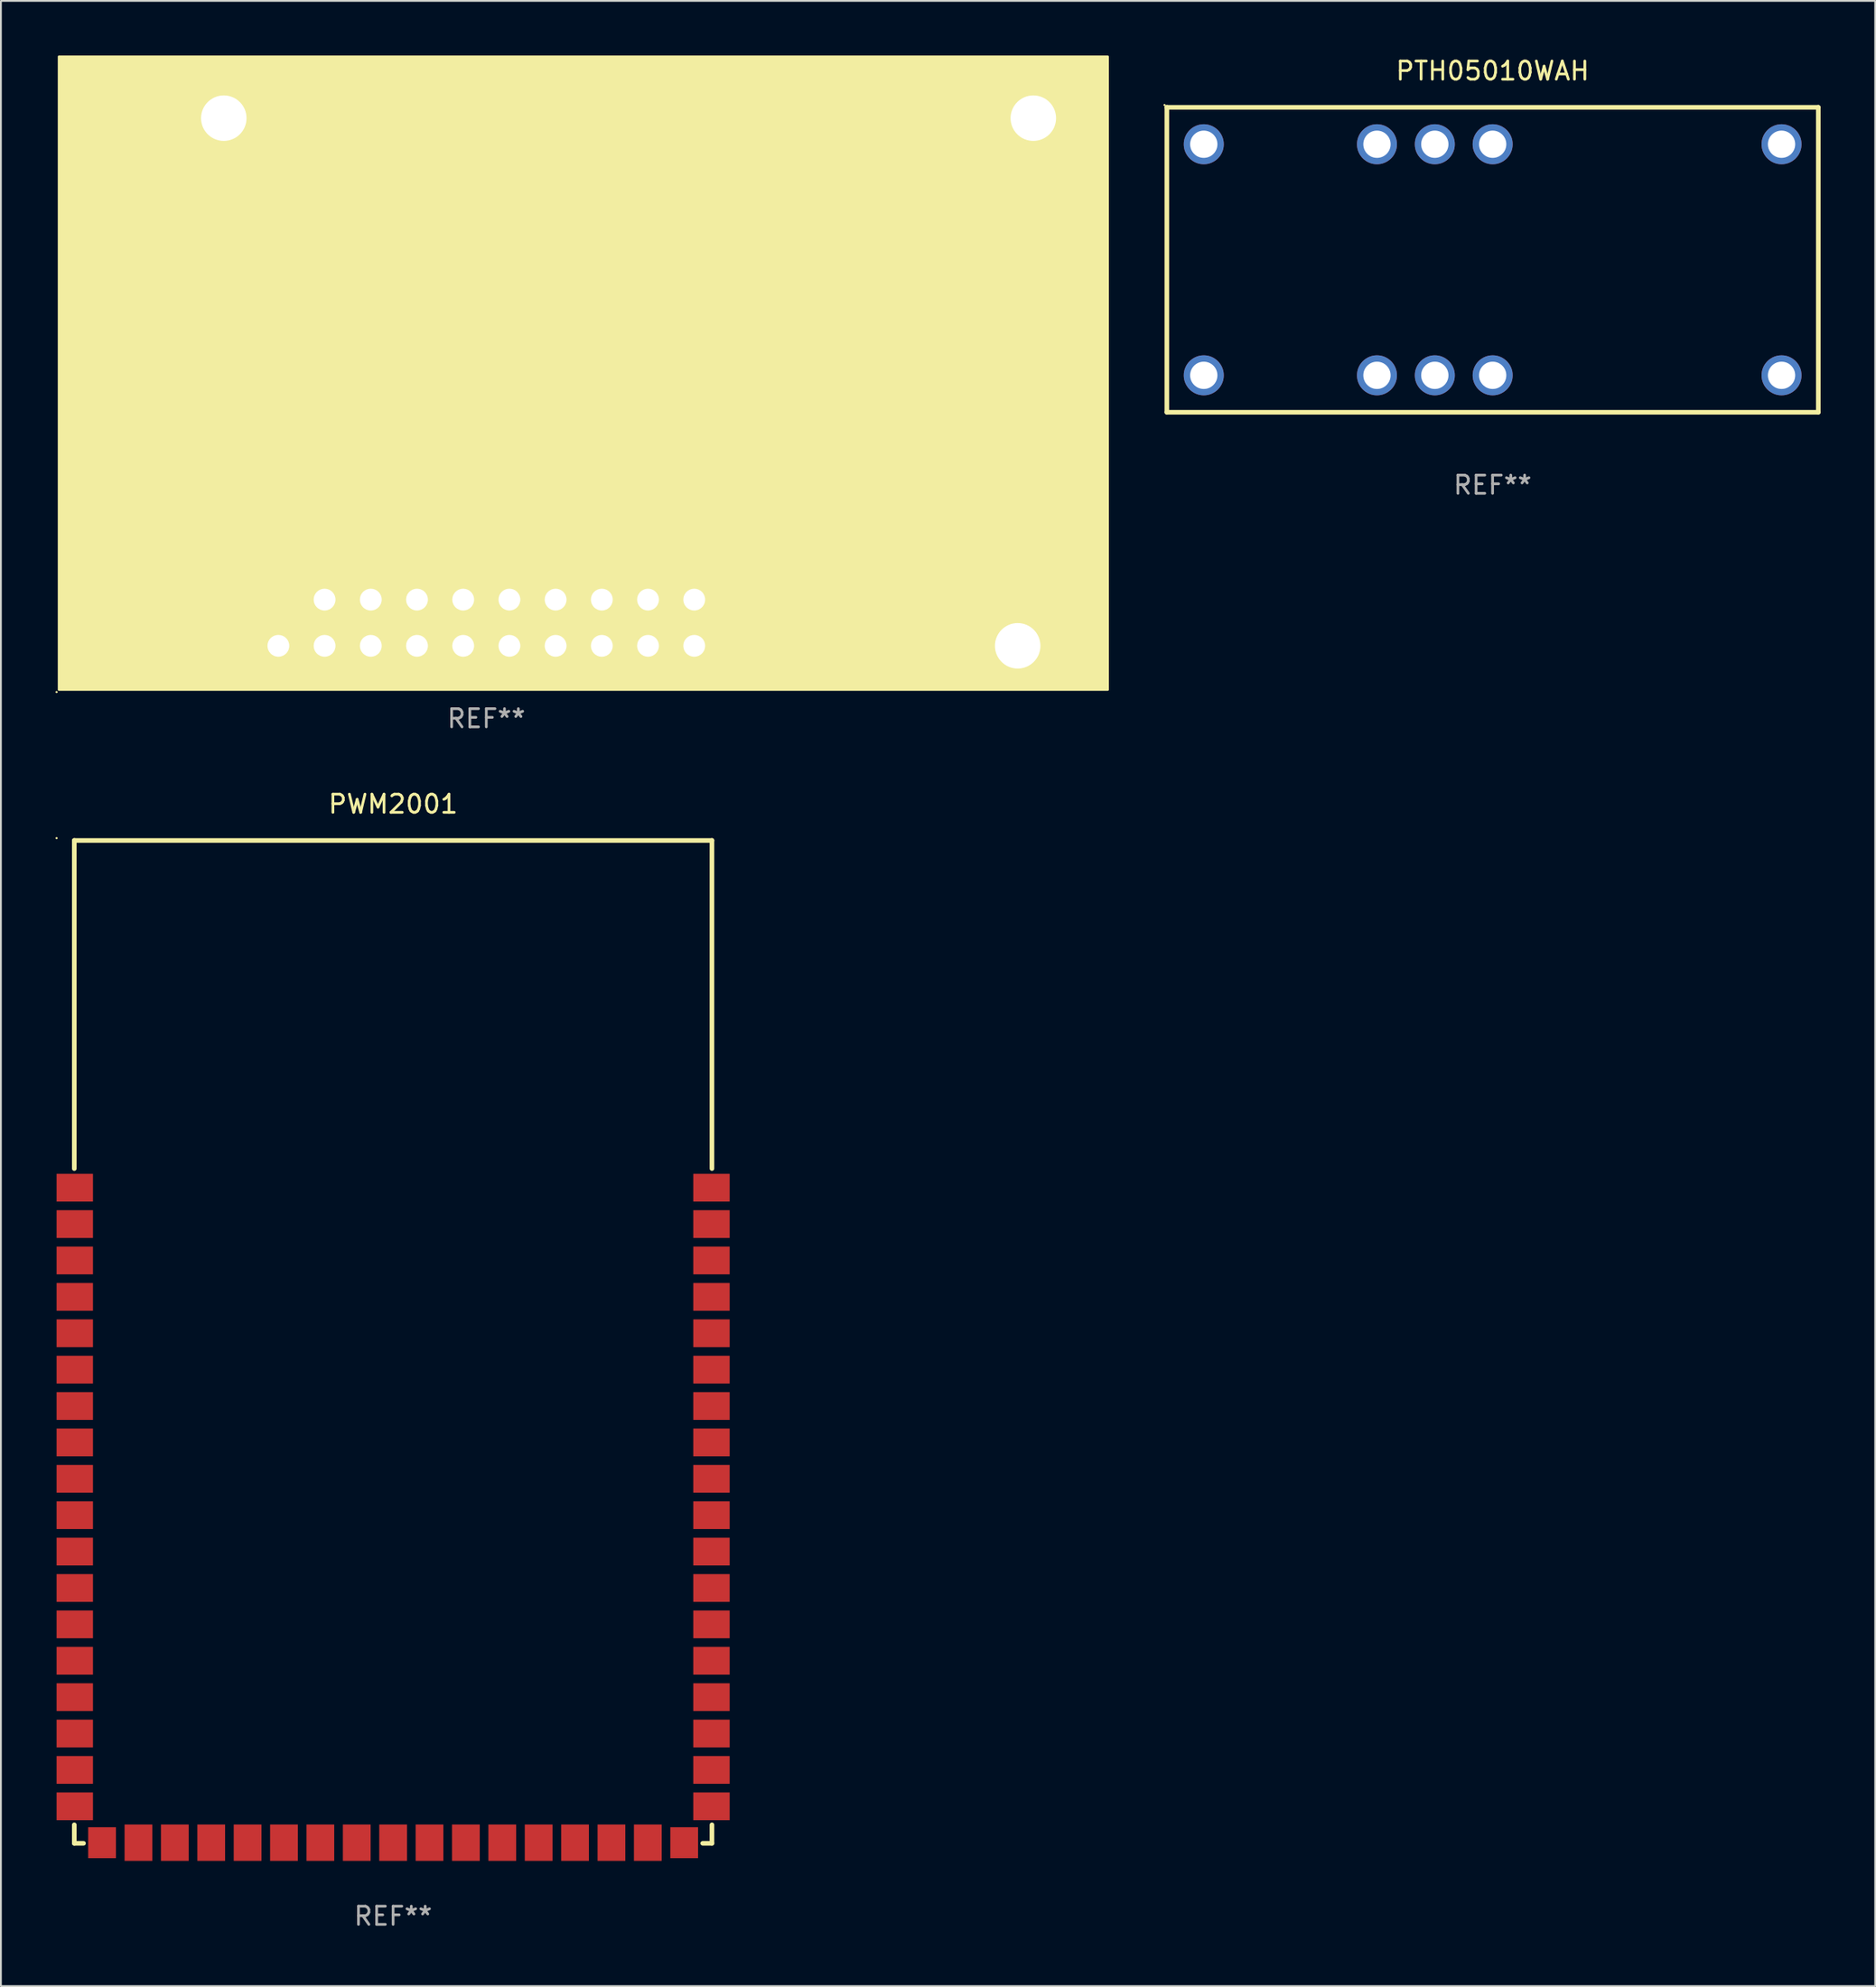
<source format=kicad_pcb>
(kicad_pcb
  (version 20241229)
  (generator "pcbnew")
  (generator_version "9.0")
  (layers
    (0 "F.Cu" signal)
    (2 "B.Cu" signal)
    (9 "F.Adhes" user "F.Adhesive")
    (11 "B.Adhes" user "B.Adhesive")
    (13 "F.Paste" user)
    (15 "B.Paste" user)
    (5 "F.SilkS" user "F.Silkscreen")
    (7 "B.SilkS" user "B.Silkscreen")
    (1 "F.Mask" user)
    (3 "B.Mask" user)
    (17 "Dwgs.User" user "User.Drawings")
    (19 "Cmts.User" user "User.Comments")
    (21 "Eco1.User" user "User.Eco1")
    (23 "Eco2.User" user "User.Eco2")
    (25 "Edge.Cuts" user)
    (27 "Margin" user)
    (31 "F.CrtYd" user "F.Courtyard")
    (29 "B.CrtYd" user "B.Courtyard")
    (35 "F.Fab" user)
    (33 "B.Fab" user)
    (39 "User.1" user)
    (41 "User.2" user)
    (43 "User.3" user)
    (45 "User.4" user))
  (footprint "MH-Z14"
    (layer "F.Cu")
    (at 23.682 31.175)
    (property "Reference" "MH-Z14" (at 0 -3.27 0) (layer "F.SilkS") (effects (font (size 1 1) (thickness 0.15))))
    (attr through_hole)
    (fp_circle (center -23.622 3.81) (end -23.592 3.81) (stroke (width 0.06) (type solid)) (fill no) (layer "F.SilkS"))
    (fp_poly (pts (xy -23.495 -31.115) (xy 34.163 -31.115) (xy 34.163 3.683) (xy -23.495 3.683)) (stroke (width 0.12) (type solid)) (fill yes) (layer "F.SilkS"))
    (fp_text user "REF**" (at 0 5.27 0) (layer "F.Fab") (effects (font (size 1 1) (thickness 0.15))))
    (pad "" np_thru_hole circle (at -14.43 -27.73) (size 2.5 2.5) (drill 2.5) (layers "*.Cu" "*.Mask"))
    (pad "" np_thru_hole circle (at 29.21 1.27) (size 2.5 2.5) (drill 2.5) (layers "*.Cu" "*.Mask"))
    (pad "" np_thru_hole circle (at 30.07 -27.73) (size 2.5 2.5) (drill 2.5) (layers "*.Cu" "*.Mask"))
    (pad "1" thru_hole circle (at -1.27 1.27) (size 1.8 1.8) (drill 1.2) (layers "*.Cu" "*.Mask"))
    (pad "2" thru_hole circle (at -1.27 -1.27) (size 1.8 1.8) (drill 1.2) (layers "*.Cu" "*.Mask"))
    (pad "3" thru_hole circle (at 1.27 1.27) (size 1.8 1.8) (drill 1.2) (layers "*.Cu" "*.Mask"))
    (pad "4" thru_hole circle (at 1.27 -1.27) (size 1.8 1.8) (drill 1.2) (layers "*.Cu" "*.Mask"))
    (pad "5" thru_hole circle (at 3.81 1.27) (size 1.8 1.8) (drill 1.2) (layers "*.Cu" "*.Mask"))
    (pad "6" thru_hole circle (at 3.81 -1.27) (size 1.8 1.8) (drill 1.2) (layers "*.Cu" "*.Mask"))
    (pad "7" thru_hole circle (at 6.35 1.27) (size 1.8 1.8) (drill 1.2) (layers "*.Cu" "*.Mask"))
    (pad "8" thru_hole circle (at 6.35 -1.27) (size 1.8 1.8) (drill 1.2) (layers "*.Cu" "*.Mask"))
    (pad "9" thru_hole circle (at 8.89 1.27) (size 1.8 1.8) (drill 1.2) (layers "*.Cu" "*.Mask"))
    (pad "10" thru_hole circle (at 8.89 -1.27) (size 1.8 1.8) (drill 1.2) (layers "*.Cu" "*.Mask"))
    (pad "11" thru_hole circle (at 11.43 1.27) (size 1.8 1.8) (drill 1.2) (layers "*.Cu" "*.Mask"))
    (pad "12" thru_hole circle (at 11.43 -1.27) (size 1.8 1.8) (drill 1.2) (layers "*.Cu" "*.Mask"))
    (pad "13" thru_hole circle (at -8.89 -1.27) (size 1.8 1.8) (drill 1.2) (layers "*.Cu" "*.Mask"))
    (pad "14" thru_hole circle (at -6.35 -1.27) (size 1.8 1.8) (drill 1.2) (layers "*.Cu" "*.Mask"))
    (pad "15" thru_hole circle (at -3.81 -1.27) (size 1.8 1.8) (drill 1.2) (layers "*.Cu" "*.Mask"))
    (pad "16" thru_hole circle (at -3.81 1.27) (size 1.8 1.8) (drill 1.2) (layers "*.Cu" "*.Mask"))
    (pad "17" thru_hole circle (at -6.35 1.27) (size 1.8 1.8) (drill 1.2) (layers "*.Cu" "*.Mask"))
    (pad "18" thru_hole circle (at -8.89 1.27) (size 1.8 1.8) (drill 1.2) (layers "*.Cu" "*.Mask"))
    (pad "19" thru_hole circle (at -11.43 1.27) (size 1.8 1.8) (drill 1.2) (layers "*.Cu" "*.Mask")))
  (footprint "PWM2001"
    (layer "F.Cu")
    (at 18.56 70.701)
    (property "Reference" "PWM2001" (at 0 -29.559 0) (layer "F.SilkS") (effects (font (size 1 1) (thickness 0.15))))
    (attr through_hole)
    (fp_line (start -17.526 -27.559) (end 17.526 -27.559) (stroke (width 0.254) (type solid)) (layer "F.SilkS"))
    (fp_line (start -17.526 -9.525) (end -17.526 -27.559) (stroke (width 0.254) (type solid)) (layer "F.SilkS"))
    (fp_line (start -17.526 26.543) (end -17.526 27.559) (stroke (width 0.254) (type solid)) (layer "F.SilkS"))
    (fp_line (start -17.526 27.559) (end -17.018 27.559) (stroke (width 0.254) (type solid)) (layer "F.SilkS"))
    (fp_line (start 17.526 -27.559) (end 17.526 -9.525) (stroke (width 0.254) (type solid)) (layer "F.SilkS"))
    (fp_line (start 17.526 26.543) (end 17.526 27.559) (stroke (width 0.254) (type solid)) (layer "F.SilkS"))
    (fp_line (start 17.526 27.559) (end 17.018 27.559) (stroke (width 0.254) (type solid)) (layer "F.SilkS"))
    (fp_circle (center -18.5 -27.686) (end -18.47 -27.686) (stroke (width 0.06) (type solid)) (fill no) (layer "F.SilkS"))
    (fp_text user "REF**" (at 0 31.559 0) (layer "F.Fab") (effects (font (size 1 1) (thickness 0.15))))
    (pad "1" smd rect (at -17.5 -8.475) (size 2 1.524) (layers "F.Cu" "F.Mask" "F.Paste"))
    (pad "2" smd rect (at -17.5 -6.475) (size 2 1.524) (layers "F.Cu" "F.Mask" "F.Paste"))
    (pad "3" smd rect (at -17.5 -4.475) (size 2 1.524) (layers "F.Cu" "F.Mask" "F.Paste"))
    (pad "4" smd rect (at -17.5 -2.475) (size 2 1.524) (layers "F.Cu" "F.Mask" "F.Paste"))
    (pad "5" smd rect (at -17.5 -0.475) (size 2 1.524) (layers "F.Cu" "F.Mask" "F.Paste"))
    (pad "6" smd rect (at -17.5 1.525) (size 2 1.524) (layers "F.Cu" "F.Mask" "F.Paste"))
    (pad "7" smd rect (at -17.5 3.525) (size 2 1.524) (layers "F.Cu" "F.Mask" "F.Paste"))
    (pad "8" smd rect (at -17.5 5.525) (size 2 1.524) (layers "F.Cu" "F.Mask" "F.Paste"))
    (pad "9" smd rect (at -17.5 7.525) (size 2 1.524) (layers "F.Cu" "F.Mask" "F.Paste"))
    (pad "10" smd rect (at -17.5 9.525) (size 2 1.524) (layers "F.Cu" "F.Mask" "F.Paste"))
    (pad "11" smd rect (at -17.5 11.525) (size 2 1.524) (layers "F.Cu" "F.Mask" "F.Paste"))
    (pad "12" smd rect (at -17.5 13.525) (size 2 1.524) (layers "F.Cu" "F.Mask" "F.Paste"))
    (pad "13" smd rect (at -17.5 15.525) (size 2 1.524) (layers "F.Cu" "F.Mask" "F.Paste"))
    (pad "14" smd rect (at -17.5 17.525) (size 2 1.524) (layers "F.Cu" "F.Mask" "F.Paste"))
    (pad "15" smd rect (at -17.5 19.525) (size 2 1.524) (layers "F.Cu" "F.Mask" "F.Paste"))
    (pad "16" smd rect (at -17.5 21.525) (size 2 1.524) (layers "F.Cu" "F.Mask" "F.Paste"))
    (pad "17" smd rect (at -17.5 23.525) (size 2 1.524) (layers "F.Cu" "F.Mask" "F.Paste"))
    (pad "18" smd rect (at -17.5 25.525) (size 2 1.524) (layers "F.Cu" "F.Mask" "F.Paste"))
    (pad "19" smd rect (at -16 27.525) (size 1.524 1.7) (layers "F.Cu" "F.Mask" "F.Paste"))
    (pad "20" smd rect (at -14 27.525) (size 1.524 2) (layers "F.Cu" "F.Mask" "F.Paste"))
    (pad "21" smd rect (at -12 27.525) (size 1.524 2) (layers "F.Cu" "F.Mask" "F.Paste"))
    (pad "22" smd rect (at -10 27.525) (size 1.524 2) (layers "F.Cu" "F.Mask" "F.Paste"))
    (pad "23" smd rect (at -8 27.525) (size 1.524 2) (layers "F.Cu" "F.Mask" "F.Paste"))
    (pad "24" smd rect (at -6 27.525) (size 1.524 2) (layers "F.Cu" "F.Mask" "F.Paste"))
    (pad "25" smd rect (at -4 27.525) (size 1.524 2) (layers "F.Cu" "F.Mask" "F.Paste"))
    (pad "26" smd rect (at -2 27.525) (size 1.524 2) (layers "F.Cu" "F.Mask" "F.Paste"))
    (pad "27" smd rect (at 0 27.525) (size 1.524 2) (layers "F.Cu" "F.Mask" "F.Paste"))
    (pad "28" smd rect (at 2 27.525) (size 1.524 2) (layers "F.Cu" "F.Mask" "F.Paste"))
    (pad "29" smd rect (at 4 27.525) (size 1.524 2) (layers "F.Cu" "F.Mask" "F.Paste"))
    (pad "30" smd rect (at 6 27.525) (size 1.524 2) (layers "F.Cu" "F.Mask" "F.Paste"))
    (pad "31" smd rect (at 8 27.525) (size 1.524 2) (layers "F.Cu" "F.Mask" "F.Paste"))
    (pad "32" smd rect (at 10 27.525) (size 1.524 2) (layers "F.Cu" "F.Mask" "F.Paste"))
    (pad "33" smd rect (at 12 27.525) (size 1.524 2) (layers "F.Cu" "F.Mask" "F.Paste"))
    (pad "34" smd rect (at 14 27.525) (size 1.524 2) (layers "F.Cu" "F.Mask" "F.Paste"))
    (pad "35" smd rect (at 16 27.525) (size 1.524 1.7) (layers "F.Cu" "F.Mask" "F.Paste"))
    (pad "36" smd rect (at 17.5 25.525 180) (size 2 1.524) (layers "F.Cu" "F.Mask" "F.Paste"))
    (pad "37" smd rect (at 17.5 23.525 180) (size 2 1.524) (layers "F.Cu" "F.Mask" "F.Paste"))
    (pad "38" smd rect (at 17.5 21.525 180) (size 2 1.524) (layers "F.Cu" "F.Mask" "F.Paste"))
    (pad "39" smd rect (at 17.5 19.525 180) (size 2 1.524) (layers "F.Cu" "F.Mask" "F.Paste"))
    (pad "40" smd rect (at 17.5 17.525 180) (size 2 1.524) (layers "F.Cu" "F.Mask" "F.Paste"))
    (pad "41" smd rect (at 17.5 15.525 180) (size 2 1.524) (layers "F.Cu" "F.Mask" "F.Paste"))
    (pad "42" smd rect (at 17.5 13.525 180) (size 2 1.524) (layers "F.Cu" "F.Mask" "F.Paste"))
    (pad "43" smd rect (at 17.5 11.525 180) (size 2 1.524) (layers "F.Cu" "F.Mask" "F.Paste"))
    (pad "44" smd rect (at 17.5 9.525 180) (size 2 1.524) (layers "F.Cu" "F.Mask" "F.Paste"))
    (pad "45" smd rect (at 17.5 7.525 180) (size 2 1.524) (layers "F.Cu" "F.Mask" "F.Paste"))
    (pad "46" smd rect (at 17.5 5.525 180) (size 2 1.524) (layers "F.Cu" "F.Mask" "F.Paste"))
    (pad "47" smd rect (at 17.5 3.525 180) (size 2 1.524) (layers "F.Cu" "F.Mask" "F.Paste"))
    (pad "48" smd rect (at 17.5 1.525 180) (size 2 1.524) (layers "F.Cu" "F.Mask" "F.Paste"))
    (pad "49" smd rect (at 17.5 -0.475 180) (size 2 1.524) (layers "F.Cu" "F.Mask" "F.Paste"))
    (pad "50" smd rect (at 17.5 -2.475 180) (size 2 1.524) (layers "F.Cu" "F.Mask" "F.Paste"))
    (pad "51" smd rect (at 17.5 -4.475 180) (size 2 1.524) (layers "F.Cu" "F.Mask" "F.Paste"))
    (pad "52" smd rect (at 17.5 -6.475 180) (size 2 1.524) (layers "F.Cu" "F.Mask" "F.Paste"))
    (pad "53" smd rect (at 17.5 -8.475 180) (size 2 1.524) (layers "F.Cu" "F.Mask" "F.Paste")))
  (footprint "PTH05010WAH"
    (layer "F.Cu")
    (at 78.997 11.228)
    (property "Reference" "PTH05010WAH" (at 0 -10.38 0) (layer "F.SilkS") (effects (font (size 1 1) (thickness 0.15))))
    (attr through_hole)
    (fp_line (start -17.905 -8.38) (end -17.905 8.38) (stroke (width 0.254) (type solid)) (layer "F.SilkS"))
    (fp_line (start -17.905 -8.38) (end 17.905 -8.38) (stroke (width 0.254) (type solid)) (layer "F.SilkS"))
    (fp_line (start -17.905 8.38) (end 17.905 8.38) (stroke (width 0.254) (type solid)) (layer "F.SilkS"))
    (fp_line (start 17.905 -8.38) (end 17.905 8.38) (stroke (width 0.254) (type solid)) (layer "F.SilkS"))
    (fp_circle (center -18.032 -8.507) (end -18.002 -8.507) (stroke (width 0.06) (type solid)) (fill no) (layer "F.SilkS"))
    (fp_text user "REF**" (at 0 12.38 0) (layer "F.Fab") (effects (font (size 1 1) (thickness 0.15))))
    (pad "1" thru_hole circle (at -15.875 -6.35) (size 2.2 2.2) (drill 1.5) (layers "*.Cu" "*.Mask"))
    (pad "2" thru_hole circle (at -15.875 6.35) (size 2.2 2.2) (drill 1.5) (layers "*.Cu" "*.Mask"))
    (pad "3" thru_hole circle (at -6.355 6.35) (size 2.2 2.2) (drill 1.5) (layers "*.Cu" "*.Mask"))
    (pad "4" thru_hole circle (at -3.175 6.35) (size 2.2 2.2) (drill 1.5) (layers "*.Cu" "*.Mask"))
    (pad "5" thru_hole circle (at 0.005 6.35) (size 2.2 2.2) (drill 1.5) (layers "*.Cu" "*.Mask"))
    (pad "6" thru_hole circle (at 15.885 6.35) (size 2.2 2.2) (drill 1.5) (layers "*.Cu" "*.Mask"))
    (pad "7" thru_hole circle (at 15.885 -6.35) (size 2.2 2.2) (drill 1.5) (layers "*.Cu" "*.Mask"))
    (pad "8" thru_hole circle (at 0.005 -6.35) (size 2.2 2.2) (drill 1.5) (layers "*.Cu" "*.Mask"))
    (pad "9" thru_hole circle (at -3.175 -6.35) (size 2.2 2.2) (drill 1.5) (layers "*.Cu" "*.Mask"))
    (pad "10" thru_hole circle (at -6.355 -6.35) (size 2.2 2.2) (drill 1.5) (layers "*.Cu" "*.Mask")))
  (gr_rect
    (start -3 -3)
    (end 100.029 106.108)
    (stroke (width 0.1) (type default))
    (fill no)
    (layer "Edge.Cuts")))
</source>
